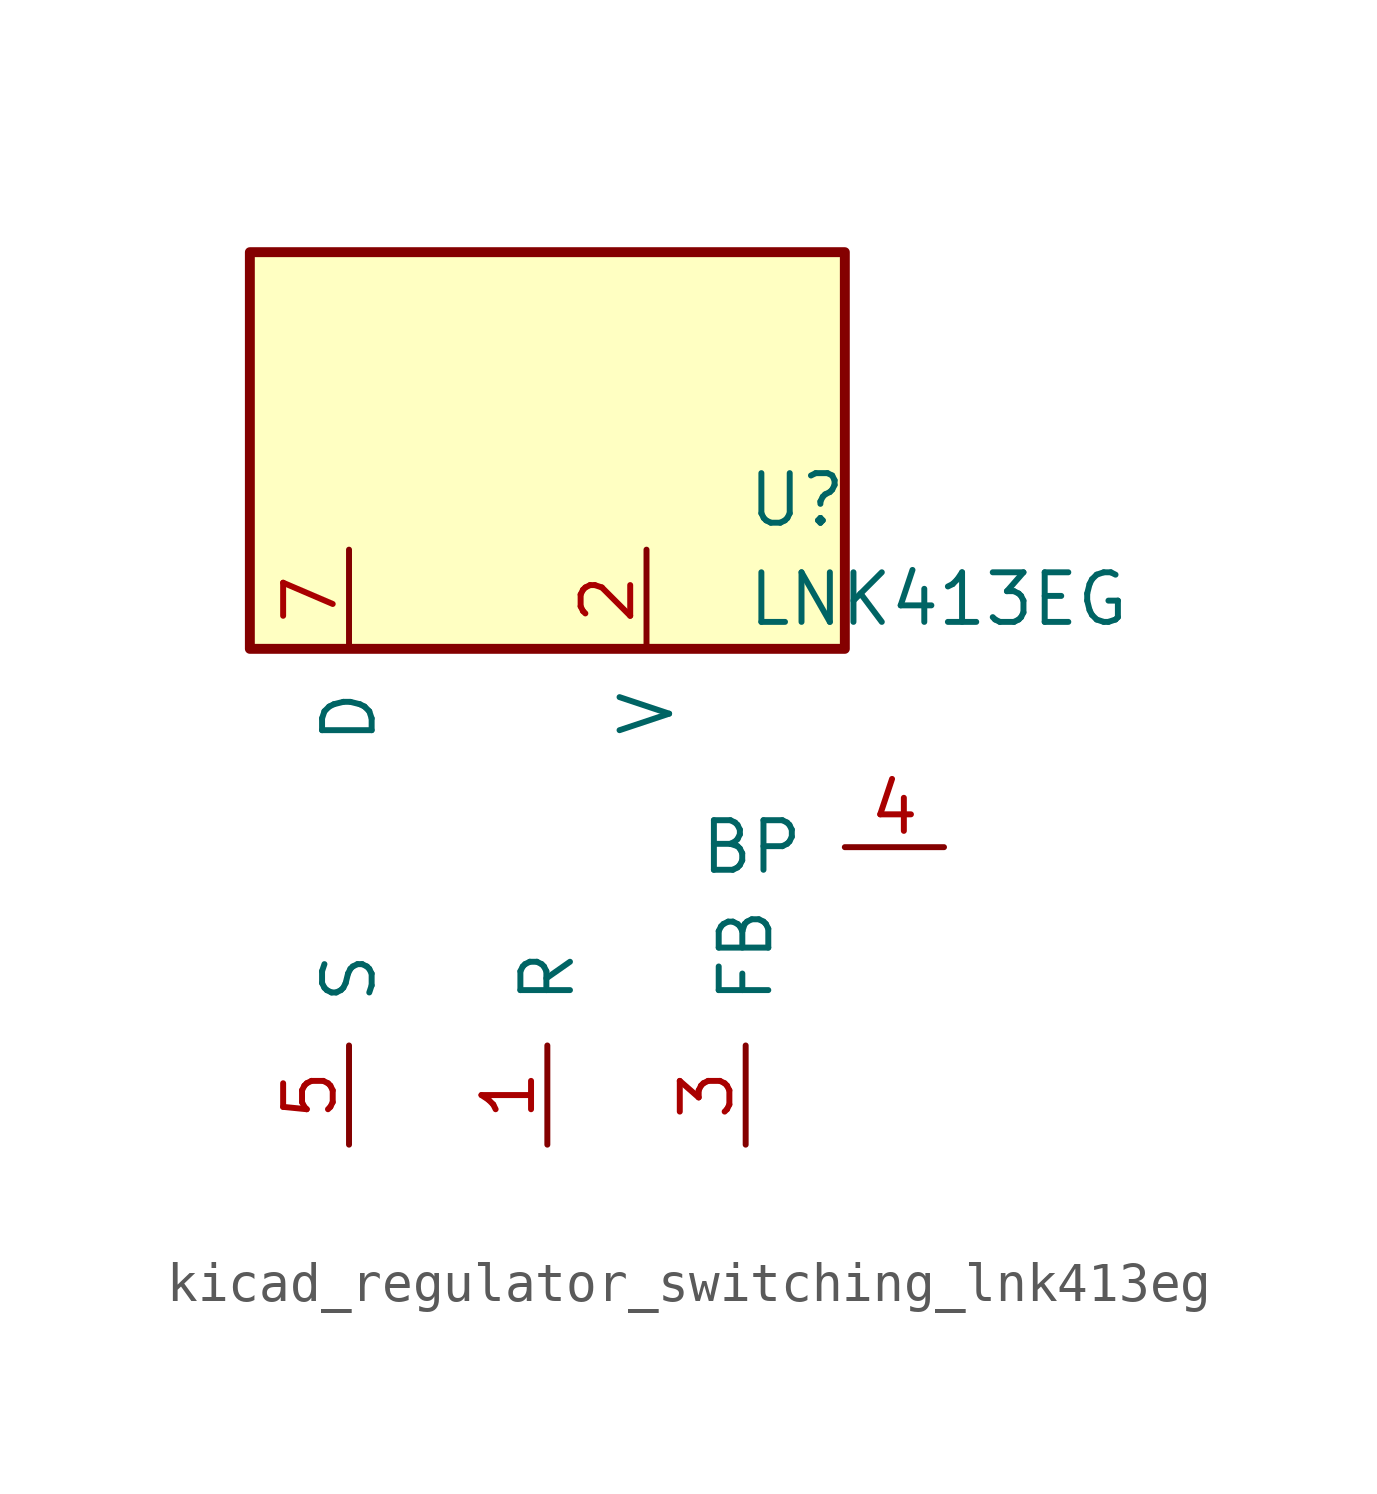
<source format=kicad_sym>
(kicad_symbol_lib
  (version 20220914)
  (generator kicad_symbol_editor)
  (symbol "kicad_regulator_switching_lnk413eg"
    (pin_names
      (offset 1.016))
    (property "Reference" "U"
      (at 5.08 8.89 0)
      (effects (font (size 1.27 1.27)) (justify left)))
    (property "Value" "LNK413EG"
      (at 5.08 6.35 0)
      (effects (font (size 1.27 1.27)) (justify left)))
    (symbol "kicad_regulator_switching_lnk413eg_0_1"
      (rectangle (start 7.62 15.24) (end -7.62 5.08) (stroke (width 0.254) (type default)) (fill (type background))))
    (symbol "kicad_regulator_switching_lnk413eg_1_1"
      (pin input line (at 0 -7.62 90) (length 2.54) (name "R" (effects (font (size 1.27 1.27)))) (number "1" (effects (font (size 1.27 1.27)))))
      (pin input line (at 2.54 7.62 270) (length 2.54) (name "V" (effects (font (size 1.27 1.27)))) (number "2" (effects (font (size 1.27 1.27)))))
      (pin input line (at 5.08 -7.62 90) (length 2.54) (name "FB" (effects (font (size 1.27 1.27)))) (number "3" (effects (font (size 1.27 1.27)))))
      (pin input line (at 10.16 0 180) (length 2.54) (name "BP" (effects (font (size 1.27 1.27)))) (number "4" (effects (font (size 1.27 1.27)))))
      (pin power_in line (at -5.08 -7.62 90) (length 2.54) (name "S" (effects (font (size 1.27 1.27)))) (number "5" (effects (font (size 1.27 1.27)))))
      (pin open_collector line (at -5.08 7.62 270) (length 2.54) (name "D" (effects (font (size 1.27 1.27)))) (number "7" (effects (font (size 1.27 1.27))))))))
</source>
